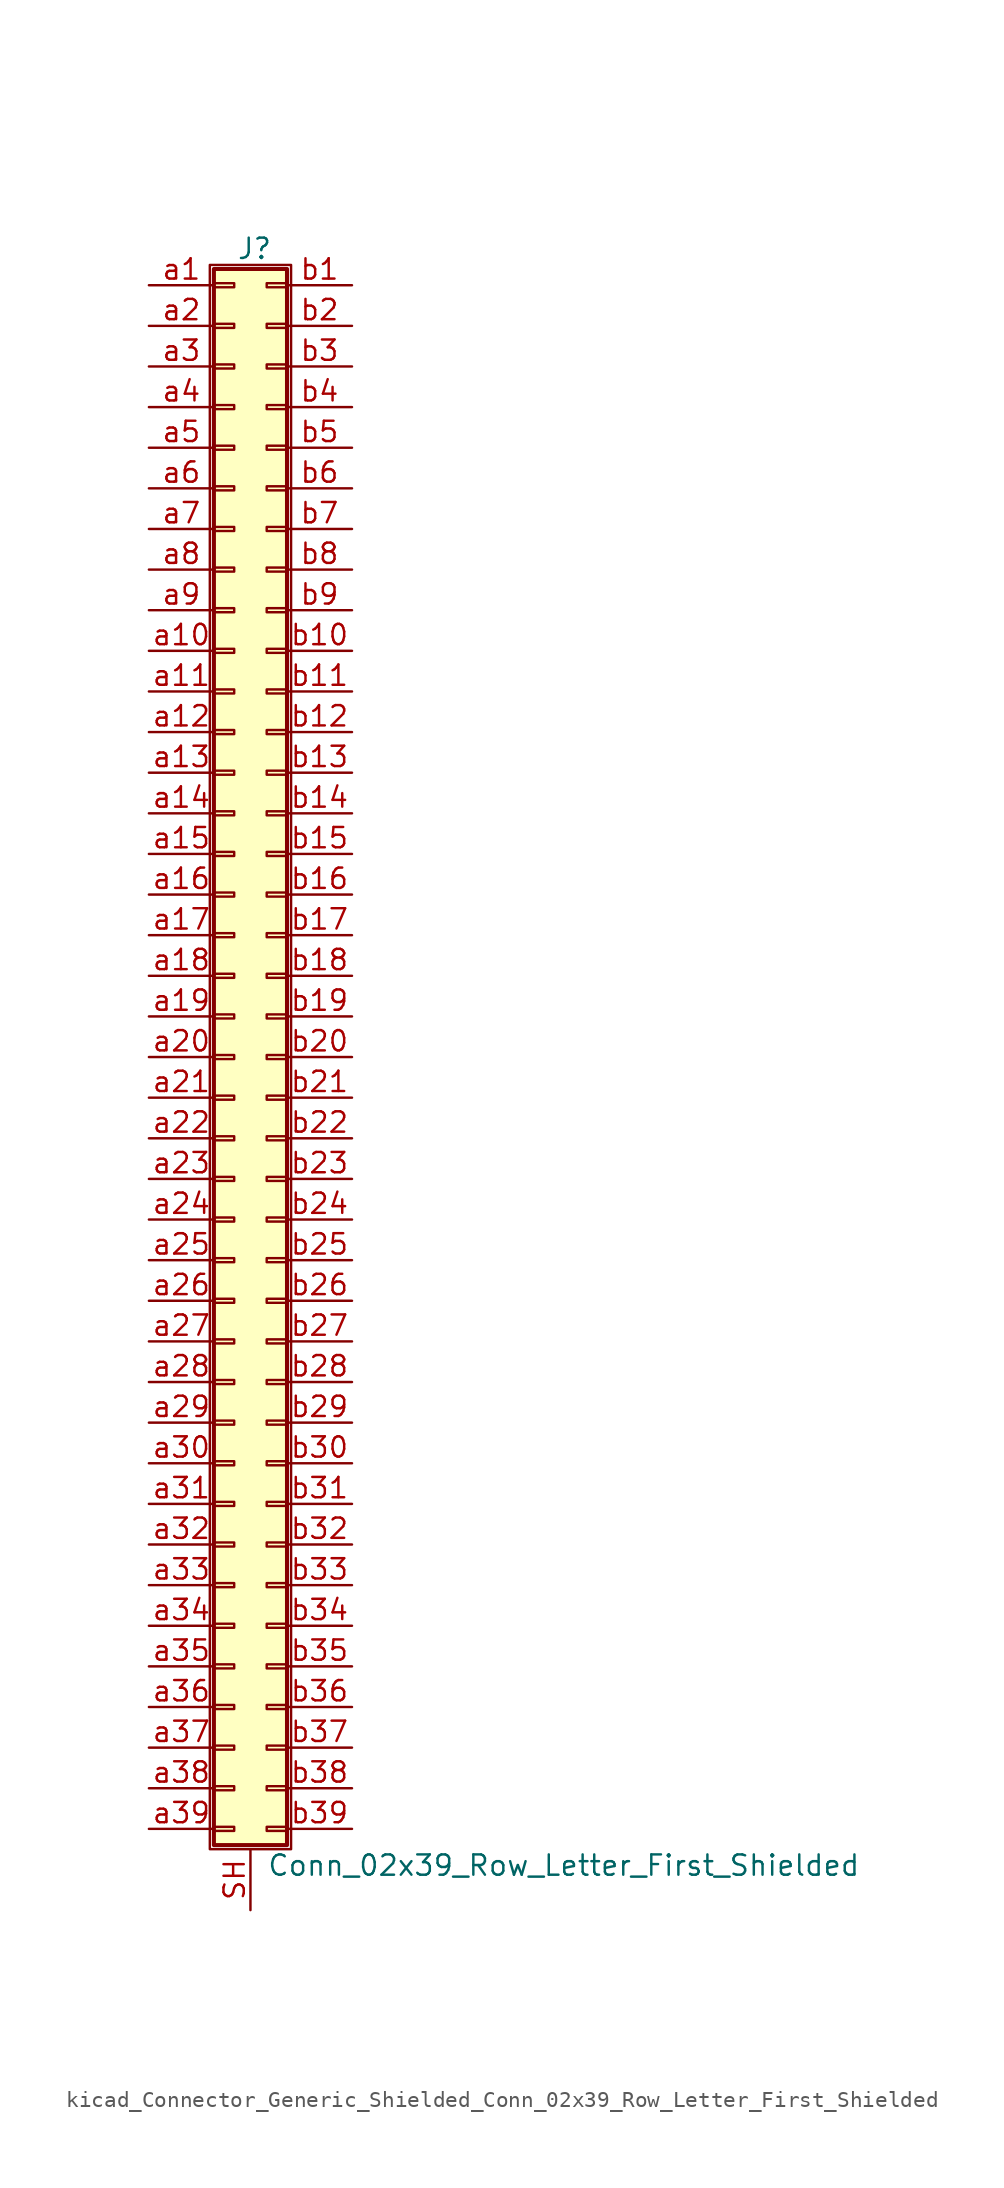
<source format=kicad_sym>
(kicad_symbol_lib
  (version 20220914)
  (generator kicad_symbol_editor)
  (symbol "kicad_Connector_Generic_Shielded_Conn_02x39_Row_Letter_First_Shielded"
    (pin_names
      (offset 1.016) hide)
    (property "Reference" "J"
      (at 1.524 50.546 0)
      (effects (font (size 1.27 1.27))))
    (property "Value" "Conn_02x39_Row_Letter_First_Shielded"
      (at 2.286 -50.546 0)
      (effects (font (size 1.27 1.27)) (justify left)))
    (symbol "kicad_Connector_Generic_Shielded_Conn_02x39_Row_Letter_First_Shielded_1_1"
      (rectangle (start -1.27 49.53) (end 3.81 -49.53) (stroke (width 0.152) (type default)) (fill (type none)))
      (rectangle (start -1.016 -48.133) (end 0.254 -48.387) (stroke (width 0.152) (type default)) (fill (type none)))
      (rectangle (start -1.016 -45.593) (end 0.254 -45.847) (stroke (width 0.152) (type default)) (fill (type none)))
      (rectangle (start -1.016 -43.053) (end 0.254 -43.307) (stroke (width 0.152) (type default)) (fill (type none)))
      (rectangle (start -1.016 -40.513) (end 0.254 -40.767) (stroke (width 0.152) (type default)) (fill (type none)))
      (rectangle (start -1.016 -37.973) (end 0.254 -38.227) (stroke (width 0.152) (type default)) (fill (type none)))
      (rectangle (start -1.016 -35.433) (end 0.254 -35.687) (stroke (width 0.152) (type default)) (fill (type none)))
      (rectangle (start -1.016 -32.893) (end 0.254 -33.147) (stroke (width 0.152) (type default)) (fill (type none)))
      (rectangle (start -1.016 -30.353) (end 0.254 -30.607) (stroke (width 0.152) (type default)) (fill (type none)))
      (rectangle (start -1.016 -27.813) (end 0.254 -28.067) (stroke (width 0.152) (type default)) (fill (type none)))
      (rectangle (start -1.016 -25.273) (end 0.254 -25.527) (stroke (width 0.152) (type default)) (fill (type none)))
      (rectangle (start -1.016 -22.733) (end 0.254 -22.987) (stroke (width 0.152) (type default)) (fill (type none)))
      (rectangle (start -1.016 -20.193) (end 0.254 -20.447) (stroke (width 0.152) (type default)) (fill (type none)))
      (rectangle (start -1.016 -17.653) (end 0.254 -17.907) (stroke (width 0.152) (type default)) (fill (type none)))
      (rectangle (start -1.016 -15.113) (end 0.254 -15.367) (stroke (width 0.152) (type default)) (fill (type none)))
      (rectangle (start -1.016 -12.573) (end 0.254 -12.827) (stroke (width 0.152) (type default)) (fill (type none)))
      (rectangle (start -1.016 -10.033) (end 0.254 -10.287) (stroke (width 0.152) (type default)) (fill (type none)))
      (rectangle (start -1.016 -7.493) (end 0.254 -7.747) (stroke (width 0.152) (type default)) (fill (type none)))
      (rectangle (start -1.016 -4.953) (end 0.254 -5.207) (stroke (width 0.152) (type default)) (fill (type none)))
      (rectangle (start -1.016 -2.413) (end 0.254 -2.667) (stroke (width 0.152) (type default)) (fill (type none)))
      (rectangle (start -1.016 0.127) (end 0.254 -0.127) (stroke (width 0.152) (type default)) (fill (type none)))
      (rectangle (start -1.016 2.667) (end 0.254 2.413) (stroke (width 0.152) (type default)) (fill (type none)))
      (rectangle (start -1.016 5.207) (end 0.254 4.953) (stroke (width 0.152) (type default)) (fill (type none)))
      (rectangle (start -1.016 7.747) (end 0.254 7.493) (stroke (width 0.152) (type default)) (fill (type none)))
      (rectangle (start -1.016 10.287) (end 0.254 10.033) (stroke (width 0.152) (type default)) (fill (type none)))
      (rectangle (start -1.016 12.827) (end 0.254 12.573) (stroke (width 0.152) (type default)) (fill (type none)))
      (rectangle (start -1.016 15.367) (end 0.254 15.113) (stroke (width 0.152) (type default)) (fill (type none)))
      (rectangle (start -1.016 17.907) (end 0.254 17.653) (stroke (width 0.152) (type default)) (fill (type none)))
      (rectangle (start -1.016 20.447) (end 0.254 20.193) (stroke (width 0.152) (type default)) (fill (type none)))
      (rectangle (start -1.016 22.987) (end 0.254 22.733) (stroke (width 0.152) (type default)) (fill (type none)))
      (rectangle (start -1.016 25.527) (end 0.254 25.273) (stroke (width 0.152) (type default)) (fill (type none)))
      (rectangle (start -1.016 28.067) (end 0.254 27.813) (stroke (width 0.152) (type default)) (fill (type none)))
      (rectangle (start -1.016 30.607) (end 0.254 30.353) (stroke (width 0.152) (type default)) (fill (type none)))
      (rectangle (start -1.016 33.147) (end 0.254 32.893) (stroke (width 0.152) (type default)) (fill (type none)))
      (rectangle (start -1.016 35.687) (end 0.254 35.433) (stroke (width 0.152) (type default)) (fill (type none)))
      (rectangle (start -1.016 38.227) (end 0.254 37.973) (stroke (width 0.152) (type default)) (fill (type none)))
      (rectangle (start -1.016 40.767) (end 0.254 40.513) (stroke (width 0.152) (type default)) (fill (type none)))
      (rectangle (start -1.016 43.307) (end 0.254 43.053) (stroke (width 0.152) (type default)) (fill (type none)))
      (rectangle (start -1.016 45.847) (end 0.254 45.593) (stroke (width 0.152) (type default)) (fill (type none)))
      (rectangle (start -1.016 48.387) (end 0.254 48.133) (stroke (width 0.152) (type default)) (fill (type none)))
      (rectangle (start -1.016 49.276) (end 3.556 -49.276) (stroke (width 0.254) (type default)) (fill (type background)))
      (rectangle (start 3.556 -48.133) (end 2.286 -48.387) (stroke (width 0.152) (type default)) (fill (type none)))
      (rectangle (start 3.556 -45.593) (end 2.286 -45.847) (stroke (width 0.152) (type default)) (fill (type none)))
      (rectangle (start 3.556 -43.053) (end 2.286 -43.307) (stroke (width 0.152) (type default)) (fill (type none)))
      (rectangle (start 3.556 -40.513) (end 2.286 -40.767) (stroke (width 0.152) (type default)) (fill (type none)))
      (rectangle (start 3.556 -37.973) (end 2.286 -38.227) (stroke (width 0.152) (type default)) (fill (type none)))
      (rectangle (start 3.556 -35.433) (end 2.286 -35.687) (stroke (width 0.152) (type default)) (fill (type none)))
      (rectangle (start 3.556 -32.893) (end 2.286 -33.147) (stroke (width 0.152) (type default)) (fill (type none)))
      (rectangle (start 3.556 -30.353) (end 2.286 -30.607) (stroke (width 0.152) (type default)) (fill (type none)))
      (rectangle (start 3.556 -27.813) (end 2.286 -28.067) (stroke (width 0.152) (type default)) (fill (type none)))
      (rectangle (start 3.556 -25.273) (end 2.286 -25.527) (stroke (width 0.152) (type default)) (fill (type none)))
      (rectangle (start 3.556 -22.733) (end 2.286 -22.987) (stroke (width 0.152) (type default)) (fill (type none)))
      (rectangle (start 3.556 -20.193) (end 2.286 -20.447) (stroke (width 0.152) (type default)) (fill (type none)))
      (rectangle (start 3.556 -17.653) (end 2.286 -17.907) (stroke (width 0.152) (type default)) (fill (type none)))
      (rectangle (start 3.556 -15.113) (end 2.286 -15.367) (stroke (width 0.152) (type default)) (fill (type none)))
      (rectangle (start 3.556 -12.573) (end 2.286 -12.827) (stroke (width 0.152) (type default)) (fill (type none)))
      (rectangle (start 3.556 -10.033) (end 2.286 -10.287) (stroke (width 0.152) (type default)) (fill (type none)))
      (rectangle (start 3.556 -7.493) (end 2.286 -7.747) (stroke (width 0.152) (type default)) (fill (type none)))
      (rectangle (start 3.556 -4.953) (end 2.286 -5.207) (stroke (width 0.152) (type default)) (fill (type none)))
      (rectangle (start 3.556 -2.413) (end 2.286 -2.667) (stroke (width 0.152) (type default)) (fill (type none)))
      (rectangle (start 3.556 0.127) (end 2.286 -0.127) (stroke (width 0.152) (type default)) (fill (type none)))
      (rectangle (start 3.556 2.667) (end 2.286 2.413) (stroke (width 0.152) (type default)) (fill (type none)))
      (rectangle (start 3.556 5.207) (end 2.286 4.953) (stroke (width 0.152) (type default)) (fill (type none)))
      (rectangle (start 3.556 7.747) (end 2.286 7.493) (stroke (width 0.152) (type default)) (fill (type none)))
      (rectangle (start 3.556 10.287) (end 2.286 10.033) (stroke (width 0.152) (type default)) (fill (type none)))
      (rectangle (start 3.556 12.827) (end 2.286 12.573) (stroke (width 0.152) (type default)) (fill (type none)))
      (rectangle (start 3.556 15.367) (end 2.286 15.113) (stroke (width 0.152) (type default)) (fill (type none)))
      (rectangle (start 3.556 17.907) (end 2.286 17.653) (stroke (width 0.152) (type default)) (fill (type none)))
      (rectangle (start 3.556 20.447) (end 2.286 20.193) (stroke (width 0.152) (type default)) (fill (type none)))
      (rectangle (start 3.556 22.987) (end 2.286 22.733) (stroke (width 0.152) (type default)) (fill (type none)))
      (rectangle (start 3.556 25.527) (end 2.286 25.273) (stroke (width 0.152) (type default)) (fill (type none)))
      (rectangle (start 3.556 28.067) (end 2.286 27.813) (stroke (width 0.152) (type default)) (fill (type none)))
      (rectangle (start 3.556 30.607) (end 2.286 30.353) (stroke (width 0.152) (type default)) (fill (type none)))
      (rectangle (start 3.556 33.147) (end 2.286 32.893) (stroke (width 0.152) (type default)) (fill (type none)))
      (rectangle (start 3.556 35.687) (end 2.286 35.433) (stroke (width 0.152) (type default)) (fill (type none)))
      (rectangle (start 3.556 38.227) (end 2.286 37.973) (stroke (width 0.152) (type default)) (fill (type none)))
      (rectangle (start 3.556 40.767) (end 2.286 40.513) (stroke (width 0.152) (type default)) (fill (type none)))
      (rectangle (start 3.556 43.307) (end 2.286 43.053) (stroke (width 0.152) (type default)) (fill (type none)))
      (rectangle (start 3.556 45.847) (end 2.286 45.593) (stroke (width 0.152) (type default)) (fill (type none)))
      (rectangle (start 3.556 48.387) (end 2.286 48.133) (stroke (width 0.152) (type default)) (fill (type none)))
      (pin passive line (at 1.27 -53.34 90) (length 3.81) (name "Shield" (effects (font (size 1.27 1.27)))) (number "SH" (effects (font (size 1.27 1.27)))))
      (pin passive line (at -5.08 48.26 0) (length 4.064) (name "Pin_a1" (effects (font (size 1.27 1.27)))) (number "a1" (effects (font (size 1.27 1.27)))))
      (pin passive line (at -5.08 25.4 0) (length 4.064) (name "Pin_a10" (effects (font (size 1.27 1.27)))) (number "a10" (effects (font (size 1.27 1.27)))))
      (pin passive line (at -5.08 22.86 0) (length 4.064) (name "Pin_a11" (effects (font (size 1.27 1.27)))) (number "a11" (effects (font (size 1.27 1.27)))))
      (pin passive line (at -5.08 20.32 0) (length 4.064) (name "Pin_a12" (effects (font (size 1.27 1.27)))) (number "a12" (effects (font (size 1.27 1.27)))))
      (pin passive line (at -5.08 17.78 0) (length 4.064) (name "Pin_a13" (effects (font (size 1.27 1.27)))) (number "a13" (effects (font (size 1.27 1.27)))))
      (pin passive line (at -5.08 15.24 0) (length 4.064) (name "Pin_a14" (effects (font (size 1.27 1.27)))) (number "a14" (effects (font (size 1.27 1.27)))))
      (pin passive line (at -5.08 12.7 0) (length 4.064) (name "Pin_a15" (effects (font (size 1.27 1.27)))) (number "a15" (effects (font (size 1.27 1.27)))))
      (pin passive line (at -5.08 10.16 0) (length 4.064) (name "Pin_a16" (effects (font (size 1.27 1.27)))) (number "a16" (effects (font (size 1.27 1.27)))))
      (pin passive line (at -5.08 7.62 0) (length 4.064) (name "Pin_a17" (effects (font (size 1.27 1.27)))) (number "a17" (effects (font (size 1.27 1.27)))))
      (pin passive line (at -5.08 5.08 0) (length 4.064) (name "Pin_a18" (effects (font (size 1.27 1.27)))) (number "a18" (effects (font (size 1.27 1.27)))))
      (pin passive line (at -5.08 2.54 0) (length 4.064) (name "Pin_a19" (effects (font (size 1.27 1.27)))) (number "a19" (effects (font (size 1.27 1.27)))))
      (pin passive line (at -5.08 45.72 0) (length 4.064) (name "Pin_a2" (effects (font (size 1.27 1.27)))) (number "a2" (effects (font (size 1.27 1.27)))))
      (pin passive line (at -5.08 0 0) (length 4.064) (name "Pin_a20" (effects (font (size 1.27 1.27)))) (number "a20" (effects (font (size 1.27 1.27)))))
      (pin passive line (at -5.08 -2.54 0) (length 4.064) (name "Pin_a21" (effects (font (size 1.27 1.27)))) (number "a21" (effects (font (size 1.27 1.27)))))
      (pin passive line (at -5.08 -5.08 0) (length 4.064) (name "Pin_a22" (effects (font (size 1.27 1.27)))) (number "a22" (effects (font (size 1.27 1.27)))))
      (pin passive line (at -5.08 -7.62 0) (length 4.064) (name "Pin_a23" (effects (font (size 1.27 1.27)))) (number "a23" (effects (font (size 1.27 1.27)))))
      (pin passive line (at -5.08 -10.16 0) (length 4.064) (name "Pin_a24" (effects (font (size 1.27 1.27)))) (number "a24" (effects (font (size 1.27 1.27)))))
      (pin passive line (at -5.08 -12.7 0) (length 4.064) (name "Pin_a25" (effects (font (size 1.27 1.27)))) (number "a25" (effects (font (size 1.27 1.27)))))
      (pin passive line (at -5.08 -15.24 0) (length 4.064) (name "Pin_a26" (effects (font (size 1.27 1.27)))) (number "a26" (effects (font (size 1.27 1.27)))))
      (pin passive line (at -5.08 -17.78 0) (length 4.064) (name "Pin_a27" (effects (font (size 1.27 1.27)))) (number "a27" (effects (font (size 1.27 1.27)))))
      (pin passive line (at -5.08 -20.32 0) (length 4.064) (name "Pin_a28" (effects (font (size 1.27 1.27)))) (number "a28" (effects (font (size 1.27 1.27)))))
      (pin passive line (at -5.08 -22.86 0) (length 4.064) (name "Pin_a29" (effects (font (size 1.27 1.27)))) (number "a29" (effects (font (size 1.27 1.27)))))
      (pin passive line (at -5.08 43.18 0) (length 4.064) (name "Pin_a3" (effects (font (size 1.27 1.27)))) (number "a3" (effects (font (size 1.27 1.27)))))
      (pin passive line (at -5.08 -25.4 0) (length 4.064) (name "Pin_a30" (effects (font (size 1.27 1.27)))) (number "a30" (effects (font (size 1.27 1.27)))))
      (pin passive line (at -5.08 -27.94 0) (length 4.064) (name "Pin_a31" (effects (font (size 1.27 1.27)))) (number "a31" (effects (font (size 1.27 1.27)))))
      (pin passive line (at -5.08 -30.48 0) (length 4.064) (name "Pin_a32" (effects (font (size 1.27 1.27)))) (number "a32" (effects (font (size 1.27 1.27)))))
      (pin passive line (at -5.08 -33.02 0) (length 4.064) (name "Pin_a33" (effects (font (size 1.27 1.27)))) (number "a33" (effects (font (size 1.27 1.27)))))
      (pin passive line (at -5.08 -35.56 0) (length 4.064) (name "Pin_a34" (effects (font (size 1.27 1.27)))) (number "a34" (effects (font (size 1.27 1.27)))))
      (pin passive line (at -5.08 -38.1 0) (length 4.064) (name "Pin_a35" (effects (font (size 1.27 1.27)))) (number "a35" (effects (font (size 1.27 1.27)))))
      (pin passive line (at -5.08 -40.64 0) (length 4.064) (name "Pin_a36" (effects (font (size 1.27 1.27)))) (number "a36" (effects (font (size 1.27 1.27)))))
      (pin passive line (at -5.08 -43.18 0) (length 4.064) (name "Pin_a37" (effects (font (size 1.27 1.27)))) (number "a37" (effects (font (size 1.27 1.27)))))
      (pin passive line (at -5.08 -45.72 0) (length 4.064) (name "Pin_a38" (effects (font (size 1.27 1.27)))) (number "a38" (effects (font (size 1.27 1.27)))))
      (pin passive line (at -5.08 -48.26 0) (length 4.064) (name "Pin_a39" (effects (font (size 1.27 1.27)))) (number "a39" (effects (font (size 1.27 1.27)))))
      (pin passive line (at -5.08 40.64 0) (length 4.064) (name "Pin_a4" (effects (font (size 1.27 1.27)))) (number "a4" (effects (font (size 1.27 1.27)))))
      (pin passive line (at -5.08 38.1 0) (length 4.064) (name "Pin_a5" (effects (font (size 1.27 1.27)))) (number "a5" (effects (font (size 1.27 1.27)))))
      (pin passive line (at -5.08 35.56 0) (length 4.064) (name "Pin_a6" (effects (font (size 1.27 1.27)))) (number "a6" (effects (font (size 1.27 1.27)))))
      (pin passive line (at -5.08 33.02 0) (length 4.064) (name "Pin_a7" (effects (font (size 1.27 1.27)))) (number "a7" (effects (font (size 1.27 1.27)))))
      (pin passive line (at -5.08 30.48 0) (length 4.064) (name "Pin_a8" (effects (font (size 1.27 1.27)))) (number "a8" (effects (font (size 1.27 1.27)))))
      (pin passive line (at -5.08 27.94 0) (length 4.064) (name "Pin_a9" (effects (font (size 1.27 1.27)))) (number "a9" (effects (font (size 1.27 1.27)))))
      (pin passive line (at 7.62 48.26 180) (length 4.064) (name "Pin_b1" (effects (font (size 1.27 1.27)))) (number "b1" (effects (font (size 1.27 1.27)))))
      (pin passive line (at 7.62 25.4 180) (length 4.064) (name "Pin_b10" (effects (font (size 1.27 1.27)))) (number "b10" (effects (font (size 1.27 1.27)))))
      (pin passive line (at 7.62 22.86 180) (length 4.064) (name "Pin_b11" (effects (font (size 1.27 1.27)))) (number "b11" (effects (font (size 1.27 1.27)))))
      (pin passive line (at 7.62 20.32 180) (length 4.064) (name "Pin_b12" (effects (font (size 1.27 1.27)))) (number "b12" (effects (font (size 1.27 1.27)))))
      (pin passive line (at 7.62 17.78 180) (length 4.064) (name "Pin_b13" (effects (font (size 1.27 1.27)))) (number "b13" (effects (font (size 1.27 1.27)))))
      (pin passive line (at 7.62 15.24 180) (length 4.064) (name "Pin_b14" (effects (font (size 1.27 1.27)))) (number "b14" (effects (font (size 1.27 1.27)))))
      (pin passive line (at 7.62 12.7 180) (length 4.064) (name "Pin_b15" (effects (font (size 1.27 1.27)))) (number "b15" (effects (font (size 1.27 1.27)))))
      (pin passive line (at 7.62 10.16 180) (length 4.064) (name "Pin_b16" (effects (font (size 1.27 1.27)))) (number "b16" (effects (font (size 1.27 1.27)))))
      (pin passive line (at 7.62 7.62 180) (length 4.064) (name "Pin_b17" (effects (font (size 1.27 1.27)))) (number "b17" (effects (font (size 1.27 1.27)))))
      (pin passive line (at 7.62 5.08 180) (length 4.064) (name "Pin_b18" (effects (font (size 1.27 1.27)))) (number "b18" (effects (font (size 1.27 1.27)))))
      (pin passive line (at 7.62 2.54 180) (length 4.064) (name "Pin_b19" (effects (font (size 1.27 1.27)))) (number "b19" (effects (font (size 1.27 1.27)))))
      (pin passive line (at 7.62 45.72 180) (length 4.064) (name "Pin_b2" (effects (font (size 1.27 1.27)))) (number "b2" (effects (font (size 1.27 1.27)))))
      (pin passive line (at 7.62 0 180) (length 4.064) (name "Pin_b20" (effects (font (size 1.27 1.27)))) (number "b20" (effects (font (size 1.27 1.27)))))
      (pin passive line (at 7.62 -2.54 180) (length 4.064) (name "Pin_b21" (effects (font (size 1.27 1.27)))) (number "b21" (effects (font (size 1.27 1.27)))))
      (pin passive line (at 7.62 -5.08 180) (length 4.064) (name "Pin_b22" (effects (font (size 1.27 1.27)))) (number "b22" (effects (font (size 1.27 1.27)))))
      (pin passive line (at 7.62 -7.62 180) (length 4.064) (name "Pin_b23" (effects (font (size 1.27 1.27)))) (number "b23" (effects (font (size 1.27 1.27)))))
      (pin passive line (at 7.62 -10.16 180) (length 4.064) (name "Pin_b24" (effects (font (size 1.27 1.27)))) (number "b24" (effects (font (size 1.27 1.27)))))
      (pin passive line (at 7.62 -12.7 180) (length 4.064) (name "Pin_b25" (effects (font (size 1.27 1.27)))) (number "b25" (effects (font (size 1.27 1.27)))))
      (pin passive line (at 7.62 -15.24 180) (length 4.064) (name "Pin_b26" (effects (font (size 1.27 1.27)))) (number "b26" (effects (font (size 1.27 1.27)))))
      (pin passive line (at 7.62 -17.78 180) (length 4.064) (name "Pin_b27" (effects (font (size 1.27 1.27)))) (number "b27" (effects (font (size 1.27 1.27)))))
      (pin passive line (at 7.62 -20.32 180) (length 4.064) (name "Pin_b28" (effects (font (size 1.27 1.27)))) (number "b28" (effects (font (size 1.27 1.27)))))
      (pin passive line (at 7.62 -22.86 180) (length 4.064) (name "Pin_b29" (effects (font (size 1.27 1.27)))) (number "b29" (effects (font (size 1.27 1.27)))))
      (pin passive line (at 7.62 43.18 180) (length 4.064) (name "Pin_b3" (effects (font (size 1.27 1.27)))) (number "b3" (effects (font (size 1.27 1.27)))))
      (pin passive line (at 7.62 -25.4 180) (length 4.064) (name "Pin_b30" (effects (font (size 1.27 1.27)))) (number "b30" (effects (font (size 1.27 1.27)))))
      (pin passive line (at 7.62 -27.94 180) (length 4.064) (name "Pin_b31" (effects (font (size 1.27 1.27)))) (number "b31" (effects (font (size 1.27 1.27)))))
      (pin passive line (at 7.62 -30.48 180) (length 4.064) (name "Pin_b32" (effects (font (size 1.27 1.27)))) (number "b32" (effects (font (size 1.27 1.27)))))
      (pin passive line (at 7.62 -33.02 180) (length 4.064) (name "Pin_b33" (effects (font (size 1.27 1.27)))) (number "b33" (effects (font (size 1.27 1.27)))))
      (pin passive line (at 7.62 -35.56 180) (length 4.064) (name "Pin_b34" (effects (font (size 1.27 1.27)))) (number "b34" (effects (font (size 1.27 1.27)))))
      (pin passive line (at 7.62 -38.1 180) (length 4.064) (name "Pin_b35" (effects (font (size 1.27 1.27)))) (number "b35" (effects (font (size 1.27 1.27)))))
      (pin passive line (at 7.62 -40.64 180) (length 4.064) (name "Pin_b36" (effects (font (size 1.27 1.27)))) (number "b36" (effects (font (size 1.27 1.27)))))
      (pin passive line (at 7.62 -43.18 180) (length 4.064) (name "Pin_b37" (effects (font (size 1.27 1.27)))) (number "b37" (effects (font (size 1.27 1.27)))))
      (pin passive line (at 7.62 -45.72 180) (length 4.064) (name "Pin_b38" (effects (font (size 1.27 1.27)))) (number "b38" (effects (font (size 1.27 1.27)))))
      (pin passive line (at 7.62 -48.26 180) (length 4.064) (name "Pin_b39" (effects (font (size 1.27 1.27)))) (number "b39" (effects (font (size 1.27 1.27)))))
      (pin passive line (at 7.62 40.64 180) (length 4.064) (name "Pin_b4" (effects (font (size 1.27 1.27)))) (number "b4" (effects (font (size 1.27 1.27)))))
      (pin passive line (at 7.62 38.1 180) (length 4.064) (name "Pin_b5" (effects (font (size 1.27 1.27)))) (number "b5" (effects (font (size 1.27 1.27)))))
      (pin passive line (at 7.62 35.56 180) (length 4.064) (name "Pin_b6" (effects (font (size 1.27 1.27)))) (number "b6" (effects (font (size 1.27 1.27)))))
      (pin passive line (at 7.62 33.02 180) (length 4.064) (name "Pin_b7" (effects (font (size 1.27 1.27)))) (number "b7" (effects (font (size 1.27 1.27)))))
      (pin passive line (at 7.62 30.48 180) (length 4.064) (name "Pin_b8" (effects (font (size 1.27 1.27)))) (number "b8" (effects (font (size 1.27 1.27)))))
      (pin passive line (at 7.62 27.94 180) (length 4.064) (name "Pin_b9" (effects (font (size 1.27 1.27)))) (number "b9" (effects (font (size 1.27 1.27))))))))
</source>
